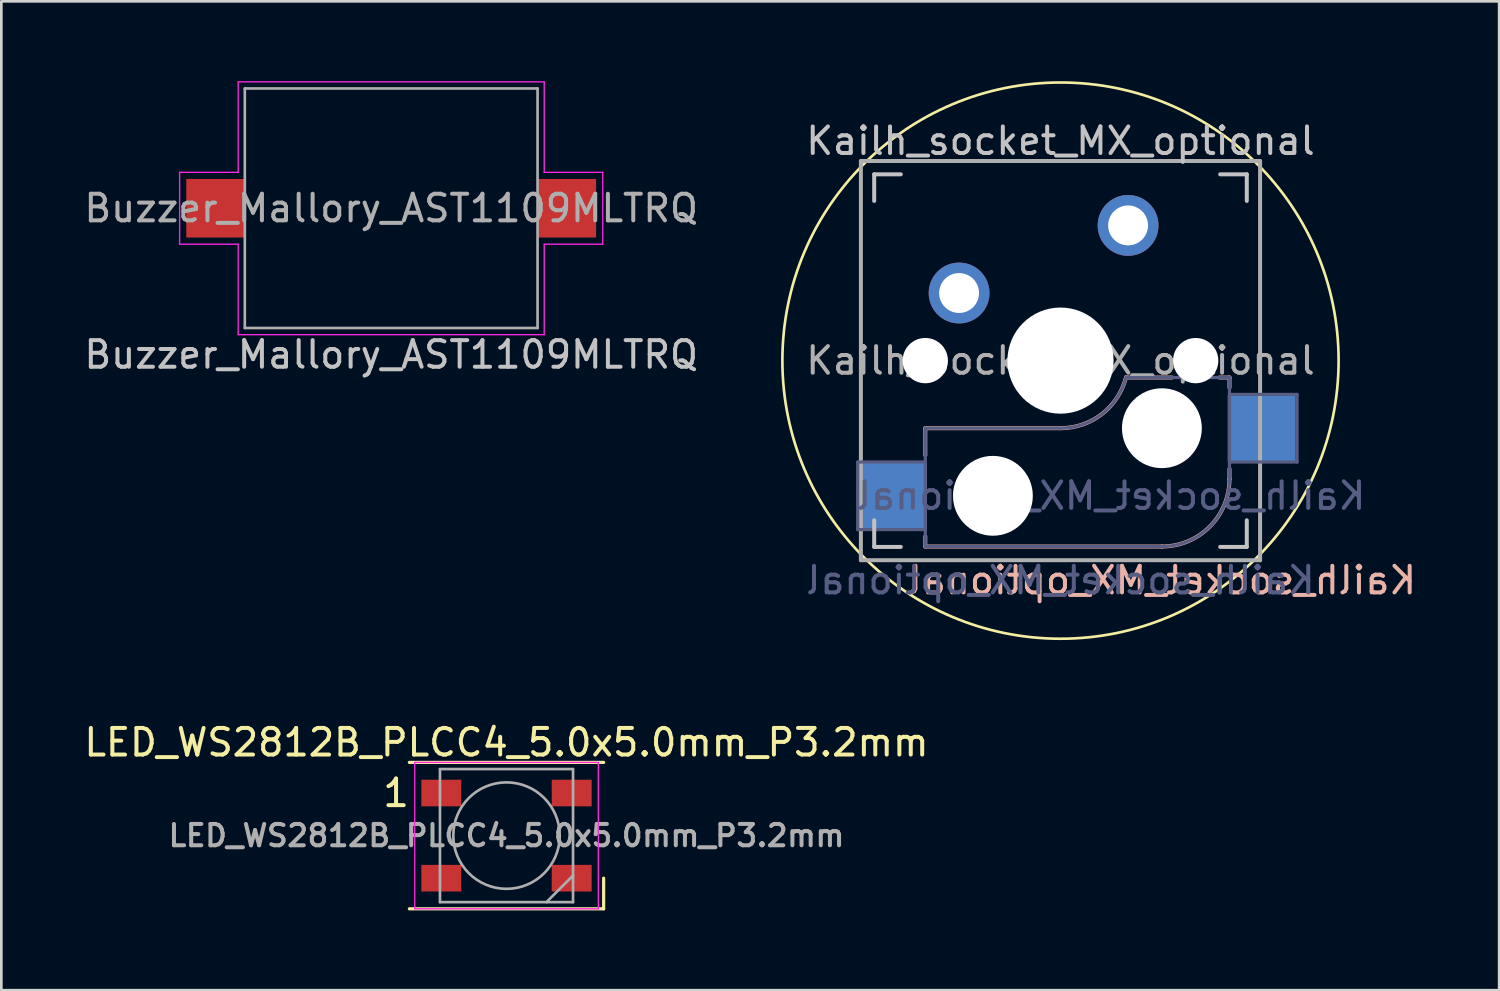
<source format=kicad_pcb>
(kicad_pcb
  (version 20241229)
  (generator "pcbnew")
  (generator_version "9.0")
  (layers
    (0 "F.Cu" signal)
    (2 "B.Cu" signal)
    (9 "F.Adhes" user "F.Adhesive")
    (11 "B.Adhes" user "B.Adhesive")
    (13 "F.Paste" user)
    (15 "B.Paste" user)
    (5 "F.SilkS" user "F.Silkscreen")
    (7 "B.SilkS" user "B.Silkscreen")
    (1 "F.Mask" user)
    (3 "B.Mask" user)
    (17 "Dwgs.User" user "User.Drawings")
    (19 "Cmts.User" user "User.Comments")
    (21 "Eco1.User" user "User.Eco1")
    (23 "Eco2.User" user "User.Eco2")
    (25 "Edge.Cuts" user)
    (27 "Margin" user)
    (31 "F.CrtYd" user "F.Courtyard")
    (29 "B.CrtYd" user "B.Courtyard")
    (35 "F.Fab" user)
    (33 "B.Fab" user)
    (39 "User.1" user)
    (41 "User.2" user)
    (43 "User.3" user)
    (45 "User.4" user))
  (footprint "Kailh_socket_MX_optional"
    (layer "F.Cu")
    (at 36.798 10.5)
    (property "Reference" "Kailh_socket_MX_optional" (at 0 -8.255 0) (layer "Dwgs.User") (effects (font (size 1 1) (thickness 0.15))))
    (property "Value" "Kailh_socket_MX_optional" (at 0 8.255 0) (layer "F.Fab") (hide yes) (effects (font (size 1 1) (thickness 0.15))))
    (attr through_hole)
    (fp_circle (center 0 0) (end 10.45 0) (stroke (width 0.1) (type default)) (fill no) (layer "F.SilkS"))
    (fp_line (start -5.08 2.54) (end -5.08 3.556) (stroke (width 0.15) (type solid)) (layer "B.SilkS"))
    (fp_line (start -5.08 6.604) (end -5.08 6.985) (stroke (width 0.15) (type solid)) (layer "B.SilkS"))
    (fp_line (start -5.08 6.985) (end 3.81 6.985) (stroke (width 0.15) (type solid)) (layer "B.SilkS"))
    (fp_line (start 0 2.54) (end -5.08 2.54) (stroke (width 0.15) (type solid)) (layer "B.SilkS"))
    (fp_line (start 4.191 0.635) (end 2.54 0.635) (stroke (width 0.15) (type solid)) (layer "B.SilkS"))
    (fp_line (start 6.35 0.635) (end 5.969 0.635) (stroke (width 0.15) (type solid)) (layer "B.SilkS"))
    (fp_line (start 6.35 1.016) (end 6.35 0.635) (stroke (width 0.15) (type solid)) (layer "B.SilkS"))
    (fp_line (start 6.35 4.445) (end 6.35 4.064) (stroke (width 0.15) (type solid)) (layer "B.SilkS"))
    (fp_arc (start 2.464162 0.61604) (mid 1.563147 2.002042) (end 0 2.54) (stroke (width 0.15) (type solid)) (layer "B.SilkS"))
    (fp_arc (start 6.35 4.445) (mid 5.606051 6.241051) (end 3.81 6.985) (stroke (width 0.15) (type solid)) (layer "B.SilkS"))
    (fp_line (start -7 -6) (end -7 -7) (stroke (width 0.15) (type solid)) (layer "Dwgs.User"))
    (fp_line (start -7 7) (end -7 6) (stroke (width 0.15) (type solid)) (layer "Dwgs.User"))
    (fp_line (start -7 7) (end -6 7) (stroke (width 0.15) (type solid)) (layer "Dwgs.User"))
    (fp_line (start -6 -7) (end -7 -7) (stroke (width 0.15) (type solid)) (layer "Dwgs.User"))
    (fp_line (start 6 7) (end 7 7) (stroke (width 0.15) (type solid)) (layer "Dwgs.User"))
    (fp_line (start 7 -7) (end 6 -7) (stroke (width 0.15) (type solid)) (layer "Dwgs.User"))
    (fp_line (start 7 -7) (end 7 -6) (stroke (width 0.15) (type solid)) (layer "Dwgs.User"))
    (fp_line (start 7 6) (end 7 7) (stroke (width 0.15) (type solid)) (layer "Dwgs.User"))
    (fp_line (start -6.9 6.9) (end -6.9 -6.9) (stroke (width 0.15) (type solid)) (layer "Eco2.User"))
    (fp_line (start -6.9 6.9) (end 6.9 6.9) (stroke (width 0.15) (type solid)) (layer "Eco2.User"))
    (fp_line (start 6.9 -6.9) (end -6.9 -6.9) (stroke (width 0.15) (type solid)) (layer "Eco2.User"))
    (fp_line (start 6.9 -6.9) (end 6.9 6.9) (stroke (width 0.15) (type solid)) (layer "Eco2.User"))
    (fp_line (start -7.62 3.81) (end -7.62 6.35) (stroke (width 0.12) (type solid)) (layer "B.Fab"))
    (fp_line (start -7.62 6.35) (end -5.08 6.35) (stroke (width 0.12) (type solid)) (layer "B.Fab"))
    (fp_line (start -5.08 2.54) (end -5.08 6.985) (stroke (width 0.12) (type solid)) (layer "B.Fab"))
    (fp_line (start -5.08 3.81) (end -7.62 3.81) (stroke (width 0.12) (type solid)) (layer "B.Fab"))
    (fp_line (start -5.08 6.985) (end 3.81 6.985) (stroke (width 0.12) (type solid)) (layer "B.Fab"))
    (fp_line (start 0 2.54) (end -5.08 2.54) (stroke (width 0.12) (type solid)) (layer "B.Fab"))
    (fp_line (start 6.35 0.635) (end 2.54 0.635) (stroke (width 0.12) (type solid)) (layer "B.Fab"))
    (fp_line (start 6.35 3.81) (end 8.89 3.81) (stroke (width 0.12) (type solid)) (layer "B.Fab"))
    (fp_line (start 6.35 4.445) (end 6.35 0.635) (stroke (width 0.12) (type solid)) (layer "B.Fab"))
    (fp_line (start 8.89 1.27) (end 6.35 1.27) (stroke (width 0.12) (type solid)) (layer "B.Fab"))
    (fp_line (start 8.89 3.81) (end 8.89 1.27) (stroke (width 0.12) (type solid)) (layer "B.Fab"))
    (fp_arc (start 2.464162 0.61604) (mid 1.563147 2.002042) (end 0 2.54) (stroke (width 0.12) (type solid)) (layer "B.Fab"))
    (fp_arc (start 6.35 4.445) (mid 5.606051 6.241051) (end 3.81 6.985) (stroke (width 0.12) (type solid)) (layer "B.Fab"))
    (fp_line (start -7.5 -7.5) (end 7.5 -7.5) (stroke (width 0.15) (type solid)) (layer "F.Fab"))
    (fp_line (start -7.5 7.5) (end -7.5 -7.5) (stroke (width 0.15) (type solid)) (layer "F.Fab"))
    (fp_line (start 7.5 -7.5) (end 7.5 7.5) (stroke (width 0.15) (type solid)) (layer "F.Fab"))
    (fp_line (start 7.5 7.5) (end -7.5 7.5) (stroke (width 0.15) (type solid)) (layer "F.Fab"))
    (fp_text user "${REFERENCE}" (at 3.81 8.255 0) (layer "B.SilkS") (effects (font (size 1 1) (thickness 0.15)) (justify mirror)))
    (fp_text user "${REFERENCE}" (at 1.905 5.08 0) (layer "B.Fab") (effects (font (size 1 1) (thickness 0.15)) (justify mirror)))
    (fp_text user "${VALUE}" (at 0 8.255 0) (layer "B.Fab") (effects (font (size 1 1) (thickness 0.15)) (justify mirror)))
    (fp_text user "${REFERENCE}" (at 0 0 0) (layer "F.Fab") (effects (font (size 1 1) (thickness 0.15))))
    (pad "" np_thru_hole circle (at -5.08 0) (size 1.702 1.702) (drill 1.702) (layers "*.Cu" "*.Mask"))
    (pad "" np_thru_hole circle (at -2.54 5.08) (size 3 3) (drill 3) (layers "*.Cu" "*.Mask"))
    (pad "" np_thru_hole circle (at 0 0) (size 3.988 3.988) (drill 3.988) (layers "*.Cu" "*.Mask"))
    (pad "" np_thru_hole circle (at 3.81 2.54) (size 3 3) (drill 3) (layers "*.Cu" "*.Mask"))
    (pad "" np_thru_hole circle (at 5.08 0) (size 1.702 1.702) (drill 1.702) (layers "*.Cu" "*.Mask"))
    (pad "1" smd rect (at -6.29 5.08) (size 2.55 2.5) (layers "B.Cu" "B.Mask" "B.Paste"))
    (pad "1" thru_hole circle (at 2.54 -5.08) (size 2.286 2.286) (drill 1.499) (layers "*.Cu" "*.Mask"))
    (pad "2" thru_hole circle (at -3.81 -2.54) (size 2.286 2.286) (drill 1.499) (layers "*.Cu" "*.Mask"))
    (pad "2" smd rect (at 7.56 2.54) (size 2.55 2.5) (layers "B.Cu" "B.Mask" "B.Paste")))
  (footprint "LED_WS2812B_PLCC4_5.0x5.0mm_P3.2mm"
    (layer "F.Cu")
    (at 15.982 28.348)
    (property "Reference" "LED_WS2812B_PLCC4_5.0x5.0mm_P3.2mm" (at 0 -3.5 0) (layer "F.SilkS") (effects (font (size 1 1) (thickness 0.15))))
    (attr smd)
    (fp_line (start -3.65 -2.75) (end 3.65 -2.75) (stroke (width 0.12) (type solid)) (layer "F.SilkS"))
    (fp_line (start -3.65 2.75) (end 3.65 2.75) (stroke (width 0.12) (type solid)) (layer "F.SilkS"))
    (fp_line (start 3.65 2.75) (end 3.65 1.6) (stroke (width 0.12) (type solid)) (layer "F.SilkS"))
    (fp_line (start -3.45 -2.75) (end -3.45 2.75) (stroke (width 0.05) (type solid)) (layer "F.CrtYd"))
    (fp_line (start -3.45 2.75) (end 3.45 2.75) (stroke (width 0.05) (type solid)) (layer "F.CrtYd"))
    (fp_line (start 3.45 -2.75) (end -3.45 -2.75) (stroke (width 0.05) (type solid)) (layer "F.CrtYd"))
    (fp_line (start 3.45 2.75) (end 3.45 -2.75) (stroke (width 0.05) (type solid)) (layer "F.CrtYd"))
    (fp_line (start -2.5 -2.5) (end -2.5 2.5) (stroke (width 0.1) (type solid)) (layer "F.Fab"))
    (fp_line (start -2.5 2.5) (end 2.5 2.5) (stroke (width 0.1) (type solid)) (layer "F.Fab"))
    (fp_line (start 2.5 -2.5) (end -2.5 -2.5) (stroke (width 0.1) (type solid)) (layer "F.Fab"))
    (fp_line (start 2.5 1.5) (end 1.5 2.5) (stroke (width 0.1) (type solid)) (layer "F.Fab"))
    (fp_line (start 2.5 2.5) (end 2.5 -2.5) (stroke (width 0.1) (type solid)) (layer "F.Fab"))
    (fp_circle (center 0 0) (end 0 -2) (stroke (width 0.1) (type solid)) (fill no) (layer "F.Fab"))
    (fp_text user "1" (at -4.15 -1.6 0) (layer "F.SilkS") (effects (font (size 1 1) (thickness 0.15))))
    (fp_text user "${REFERENCE}" (at 0 0 0) (layer "F.Fab") (effects (font (size 0.8 0.8) (thickness 0.15))))
    (pad "1" smd rect (at -2.45 -1.6) (size 1.5 1) (layers "F.Cu" "F.Mask" "F.Paste"))
    (pad "2" smd rect (at -2.45 1.6) (size 1.5 1) (layers "F.Cu" "F.Mask" "F.Paste"))
    (pad "3" smd rect (at 2.45 1.6) (size 1.5 1) (layers "F.Cu" "F.Mask" "F.Paste"))
    (pad "4" smd rect (at 2.45 -1.6) (size 1.5 1) (layers "F.Cu" "F.Mask" "F.Paste")))
  (footprint "Buzzer_Mallory_AST1109MLTRQ"
    (layer "F.Cu")
    (at 11.649 4.775)
    (property "Reference" "Buzzer_Mallory_AST1109MLTRQ" (at 0 5.5 0) (layer "Dwgs.User") (effects (font (size 1 1) (thickness 0.15))))
    (attr smd)
    (fp_line (start -7.95 -1.35) (end -5.75 -1.35) (stroke (width 0.05) (type solid)) (layer "F.CrtYd"))
    (fp_line (start -7.95 1.35) (end -7.95 -1.35) (stroke (width 0.05) (type solid)) (layer "F.CrtYd"))
    (fp_line (start -5.75 -4.75) (end 5.75 -4.75) (stroke (width 0.05) (type solid)) (layer "F.CrtYd"))
    (fp_line (start -5.75 -1.35) (end -5.75 -4.75) (stroke (width 0.05) (type solid)) (layer "F.CrtYd"))
    (fp_line (start -5.75 1.35) (end -7.95 1.35) (stroke (width 0.05) (type solid)) (layer "F.CrtYd"))
    (fp_line (start -5.75 4.75) (end -5.75 1.35) (stroke (width 0.05) (type solid)) (layer "F.CrtYd"))
    (fp_line (start 5.75 -4.75) (end 5.75 -1.35) (stroke (width 0.05) (type solid)) (layer "F.CrtYd"))
    (fp_line (start 5.75 -1.35) (end 7.95 -1.35) (stroke (width 0.05) (type solid)) (layer "F.CrtYd"))
    (fp_line (start 5.75 1.35) (end 5.75 4.75) (stroke (width 0.05) (type solid)) (layer "F.CrtYd"))
    (fp_line (start 5.75 4.75) (end -5.75 4.75) (stroke (width 0.05) (type solid)) (layer "F.CrtYd"))
    (fp_line (start 7.95 -1.35) (end 7.95 1.35) (stroke (width 0.05) (type solid)) (layer "F.CrtYd"))
    (fp_line (start 7.95 1.35) (end 5.75 1.35) (stroke (width 0.05) (type solid)) (layer "F.CrtYd"))
    (fp_line (start -5.5 -4.5) (end 5.5 -4.5) (stroke (width 0.1) (type solid)) (layer "F.Fab"))
    (fp_line (start -5.5 4.5) (end -5.5 -4.5) (stroke (width 0.1) (type solid)) (layer "F.Fab"))
    (fp_line (start 5.5 -4.5) (end 5.5 4.5) (stroke (width 0.1) (type solid)) (layer "F.Fab"))
    (fp_line (start 5.5 4.5) (end -5.5 4.5) (stroke (width 0.1) (type solid)) (layer "F.Fab"))
    (fp_text user "${REFERENCE}" (at 0 0 0) (layer "F.Fab") (effects (font (size 1 1) (thickness 0.15))))
    (pad "1" smd rect (at -6.6 0) (size 2.2 2.2) (layers "F.Cu" "F.Mask" "F.Paste"))
    (pad "2" smd rect (at 6.6 0) (size 2.2 2.2) (layers "F.Cu" "F.Mask" "F.Paste")))
  (gr_rect
    (start -3 -3)
    (end 53.28 34.158)
    (stroke (width 0.1) (type default))
    (fill no)
    (layer "Edge.Cuts")))
</source>
